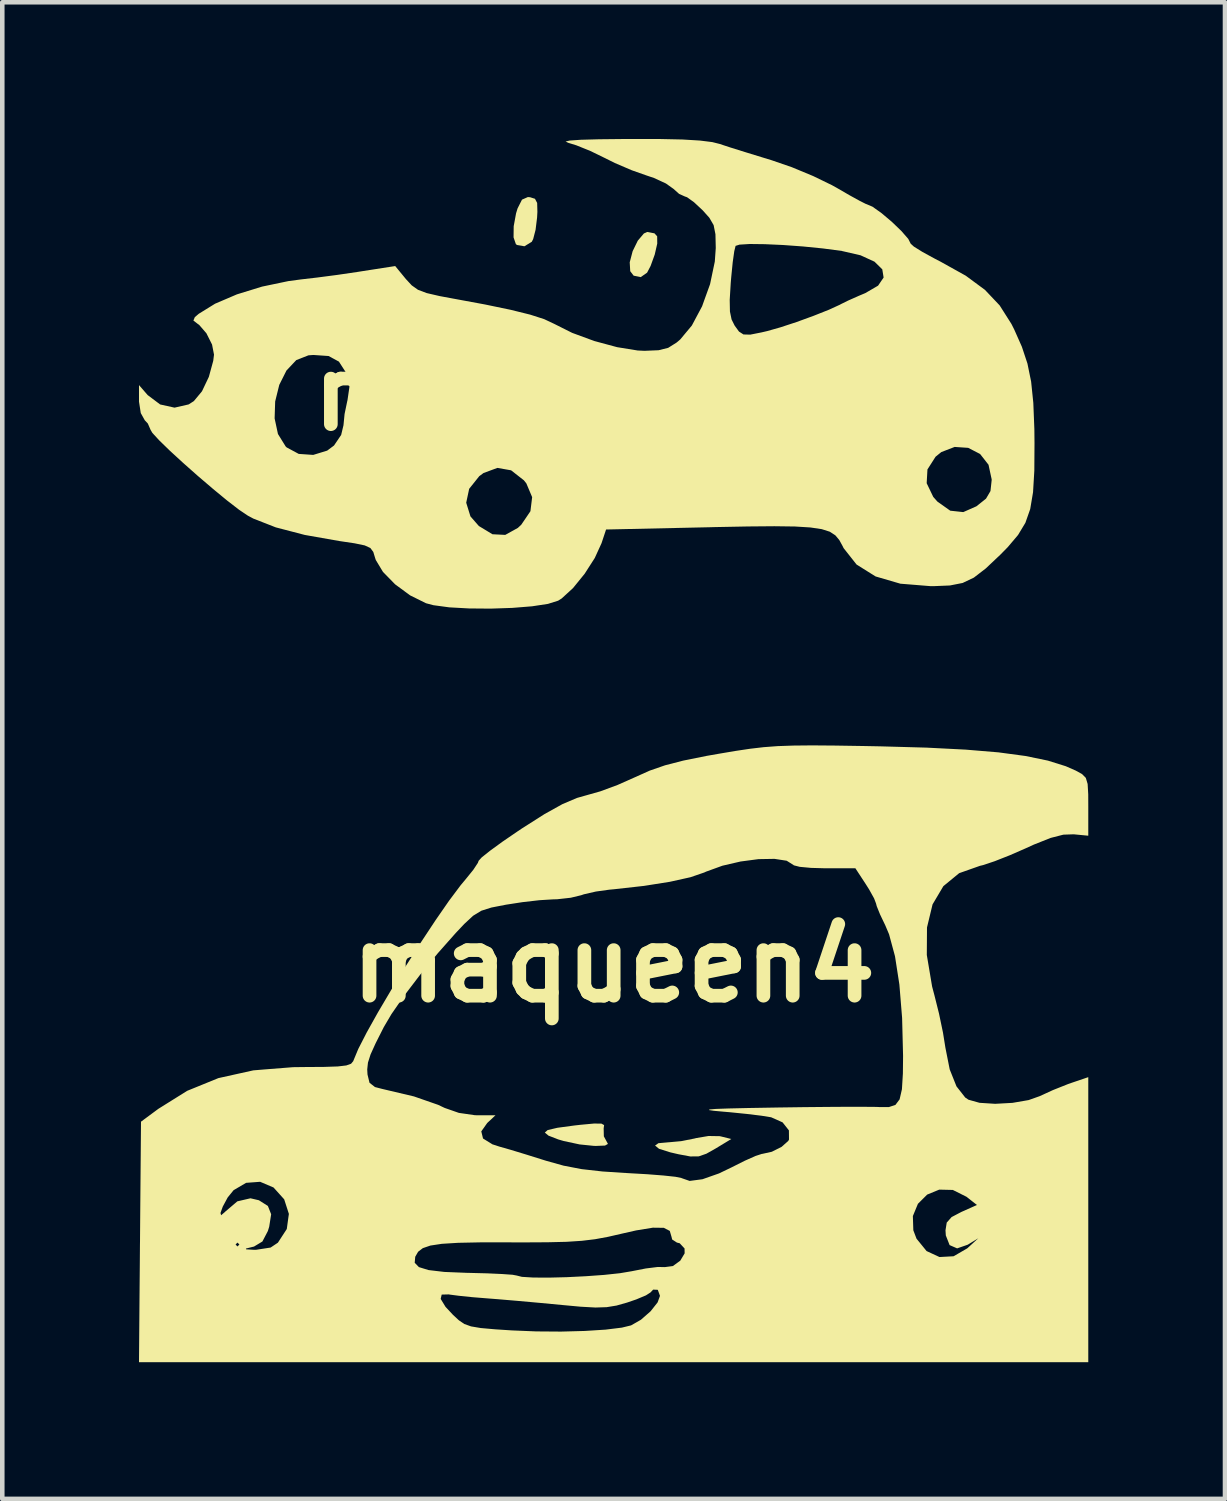
<source format=kicad_pcb>
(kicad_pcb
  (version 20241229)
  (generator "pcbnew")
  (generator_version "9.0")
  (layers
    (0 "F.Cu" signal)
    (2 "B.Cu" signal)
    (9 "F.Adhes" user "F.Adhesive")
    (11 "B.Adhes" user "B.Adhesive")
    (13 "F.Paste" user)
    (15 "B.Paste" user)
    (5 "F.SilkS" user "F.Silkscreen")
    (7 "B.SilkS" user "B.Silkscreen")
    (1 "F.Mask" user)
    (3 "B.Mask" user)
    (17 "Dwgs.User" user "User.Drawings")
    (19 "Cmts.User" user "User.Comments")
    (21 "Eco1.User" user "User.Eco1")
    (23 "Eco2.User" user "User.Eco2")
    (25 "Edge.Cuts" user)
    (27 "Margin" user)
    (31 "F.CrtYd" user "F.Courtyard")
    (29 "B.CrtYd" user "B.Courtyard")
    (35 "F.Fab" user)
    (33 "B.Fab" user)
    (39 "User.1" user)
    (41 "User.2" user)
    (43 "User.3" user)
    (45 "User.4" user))
  (footprint "maqueen4"
    (layer "F.Cu")
    (at 10.416 18.12)
    (property "Reference" "maqueen4" (at 0 0 0) (layer "F.SilkS") (effects (font (size 1.5 1.5) (thickness 0.3))))
    (attr board_only exclude_from_pos_files exclude_from_bom)
    (fp_poly (pts (xy 2.327 3.761) (xy 2.359 3.768) (xy 2.581 3.823) (xy 2.243 4.028) (xy 2.034 4.146) (xy 1.867 4.204) (xy 1.681 4.206) (xy 1.419 4.157) (xy 1.243 4.116) (xy 0.995 4.038) (xy 0.908 3.967) (xy 0.981 3.915) (xy 1.217 3.894) (xy 1.221 3.894) (xy 1.482 3.87) (xy 1.775 3.812) (xy 1.809 3.803) (xy 2.081 3.757)) (stroke (width 0) (type solid)) (fill yes) (layer "F.SilkS"))
    (fp_poly (pts (xy -0.27 3.485) (xy -0.21 3.518) (xy -0.22 3.589) (xy -0.216 3.765) (xy -0.168 3.853) (xy -0.126 3.931) (xy -0.19 3.967) (xy -0.388 3.975) (xy -0.434 3.974) (xy -0.748 3.942) (xy -1.098 3.867) (xy -1.217 3.832) (xy -1.431 3.749) (xy -1.511 3.682) (xy -1.449 3.627) (xy -1.236 3.577) (xy -0.865 3.527) (xy -0.734 3.512) (xy -0.434 3.484)) (stroke (width 0) (type solid)) (fill yes) (layer "F.SilkS"))
    (fp_poly (pts (xy 4.861 -4.81) (xy 5.494 -4.8) (xy 5.85 -4.793) (xy 6.863 -4.765) (xy 7.723 -4.721) (xy 8.443 -4.661) (xy 9.039 -4.581) (xy 9.527 -4.48) (xy 9.92 -4.357) (xy 10.139 -4.261) (xy 10.278 -4.184) (xy 10.36 -4.101) (xy 10.4 -3.967) (xy 10.413 -3.74) (xy 10.414 -3.477) (xy 10.414 -2.832) (xy 10.093 -2.863) (xy 9.867 -2.855) (xy 9.59 -2.784) (xy 9.222 -2.638) (xy 9.049 -2.559) (xy 8.694 -2.404) (xy 8.362 -2.273) (xy 8.108 -2.188) (xy 8.037 -2.171) (xy 7.581 -2.01) (xy 7.234 -1.725) (xy 6.997 -1.325) (xy 6.875 -0.819) (xy 6.871 -0.215) (xy 6.987 0.476) (xy 7.04 0.677) (xy 7.139 1.073) (xy 7.226 1.49) (xy 7.279 1.82) (xy 7.373 2.295) (xy 7.522 2.668) (xy 7.714 2.913) (xy 7.785 2.961) (xy 8.028 3.029) (xy 8.371 3.051) (xy 8.751 3.03) (xy 9.105 2.969) (xy 9.345 2.884) (xy 9.64 2.749) (xy 9.969 2.618) (xy 10.04 2.593) (xy 10.414 2.466) (xy 10.414 5.593) (xy 10.414 8.721) (xy -0.001 8.721) (xy -10.416 8.721) (xy -10.405 7.332) (xy -3.796 7.332) (xy -3.69 7.506) (xy -3.524 7.684) (xy -3.397 7.801) (xy -3.278 7.882) (xy -3.13 7.935) (xy -2.917 7.971) (xy -2.601 7.999) (xy -2.234 8.023) (xy -1.7 8.045) (xy -1.154 8.049) (xy -0.635 8.035) (xy -0.178 8.006) (xy 0.179 7.962) (xy 0.381 7.913) (xy 0.598 7.789) (xy 0.809 7.604) (xy 0.964 7.408) (xy 1.016 7.265) (xy 0.968 7.132) (xy 0.866 7.128) (xy 0.809 7.189) (xy 0.708 7.254) (xy 0.496 7.343) (xy 0.292 7.413) (xy 0.062 7.478) (xy -0.153 7.513) (xy -0.4 7.521) (xy -0.725 7.503) (xy -1.126 7.466) (xy -1.6 7.421) (xy -2.098 7.376) (xy -2.546 7.338) (xy -2.752 7.322) (xy -3.098 7.294) (xy -3.399 7.263) (xy -3.598 7.237) (xy -3.619 7.233) (xy -3.774 7.237) (xy -3.796 7.332) (xy -10.405 7.332) (xy -10.398 6.539) (xy -4.366 6.539) (xy -4.274 6.634) (xy -4.063 6.699) (xy -3.716 6.74) (xy -3.219 6.76) (xy -3.167 6.761) (xy -2.773 6.771) (xy -2.446 6.786) (xy -2.219 6.802) (xy -2.128 6.819) (xy -2.013 6.848) (xy -1.766 6.863) (xy -1.425 6.865) (xy -1.028 6.855) (xy -0.61 6.834) (xy -0.209 6.805) (xy 0.137 6.768) (xy 0.392 6.725) (xy 0.704 6.664) (xy 0.968 6.631) (xy 1.123 6.634) (xy 1.298 6.611) (xy 1.461 6.493) (xy 1.557 6.332) (xy 1.555 6.225) (xy 1.449 6.111) (xy 1.388 6.096) (xy 1.283 6.028) (xy 1.27 5.973) (xy 1.231 5.84) (xy 1.1 5.772) (xy 0.86 5.769) (xy 0.492 5.829) (xy 0.183 5.899) (xy -0.126 5.97) (xy -0.408 6.022) (xy -0.699 6.057) (xy -1.034 6.079) (xy -1.449 6.089) (xy -1.979 6.092) (xy -2.298 6.091) (xy -2.93 6.091) (xy -3.413 6.101) (xy -3.77 6.123) (xy -4.021 6.161) (xy -4.188 6.218) (xy -4.291 6.297) (xy -4.352 6.402) (xy -4.355 6.409) (xy -4.366 6.539) (xy -10.398 6.539) (xy -10.395 6.138) (xy -8.297 6.138) (xy -8.255 6.181) (xy -8.213 6.138) (xy -8.255 6.096) (xy -8.297 6.138) (xy -10.395 6.138) (xy -10.394 6.082) (xy -10.389 5.447) (xy -8.628 5.447) (xy -8.614 5.496) (xy -8.53 5.424) (xy -8.526 5.419) (xy -8.258 5.191) (xy -7.97 5.124) (xy -7.785 5.167) (xy -7.588 5.292) (xy -7.516 5.474) (xy -7.559 5.748) (xy -7.588 5.842) (xy -7.708 6.072) (xy -7.892 6.183) (xy -7.929 6.192) (xy -8.07 6.227) (xy -8.065 6.244) (xy -7.904 6.254) (xy -7.853 6.255) (xy -7.528 6.205) (xy -7.368 6.098) (xy -7.173 5.798) (xy -7.134 5.514) (xy 6.565 5.514) (xy 6.575 5.826) (xy 6.645 6.01) (xy 6.866 6.282) (xy 7.149 6.413) (xy 7.459 6.396) (xy 7.757 6.223) (xy 7.763 6.218) (xy 8.001 6.001) (xy 7.768 6.143) (xy 7.536 6.223) (xy 7.371 6.151) (xy 7.288 5.939) (xy 7.281 5.827) (xy 7.308 5.657) (xy 7.415 5.536) (xy 7.626 5.425) (xy 7.971 5.271) (xy 7.742 5.091) (xy 7.442 4.941) (xy 7.144 4.934) (xy 6.879 5.043) (xy 6.676 5.245) (xy 6.565 5.514) (xy -7.134 5.514) (xy -7.127 5.467) (xy -7.23 5.147) (xy -7.464 4.887) (xy -7.758 4.762) (xy -8.066 4.785) (xy -8.34 4.946) (xy -8.47 5.106) (xy -8.578 5.307) (xy -8.628 5.447) (xy -10.389 5.447) (xy -10.372 3.443) (xy -9.991 3.161) (xy -9.359 2.766) (xy -8.674 2.487) (xy -7.908 2.317) (xy -7.654 2.296) (xy -5.408 2.296) (xy -5.402 2.407) (xy -5.358 2.589) (xy -5.238 2.683) (xy -5.08 2.724) (xy -4.382 2.889) (xy -3.853 3.073) (xy -3.709 3.141) (xy -3.397 3.25) (xy -3.044 3.301) (xy -2.994 3.302) (xy -2.593 3.302) (xy -2.775 3.472) (xy -2.905 3.656) (xy -2.867 3.812) (xy -2.663 3.939) (xy -2.51 3.989) (xy -2.258 4.061) (xy -1.913 4.166) (xy -1.543 4.282) (xy -1.482 4.301) (xy -1.099 4.408) (xy -0.704 4.484) (xy -0.243 4.536) (xy 0.316 4.572) (xy 0.736 4.596) (xy 1.093 4.624) (xy 1.354 4.652) (xy 1.486 4.679) (xy 1.494 4.683) (xy 1.667 4.743) (xy 1.948 4.706) (xy 2.312 4.578) (xy 2.588 4.445) (xy 2.875 4.301) (xy 3.113 4.195) (xy 3.254 4.149) (xy 3.263 4.149) (xy 3.47 4.103) (xy 3.685 3.995) (xy 3.831 3.865) (xy 3.847 3.835) (xy 3.845 3.634) (xy 3.706 3.458) (xy 3.459 3.348) (xy 3.453 3.346) (xy 3.241 3.312) (xy 2.919 3.273) (xy 2.544 3.235) (xy 2.413 3.224) (xy 2.196 3.204) (xy 2.09 3.188) (xy 2.102 3.175) (xy 2.243 3.163) (xy 2.524 3.153) (xy 2.954 3.143) (xy 3.542 3.133) (xy 3.598 3.132) (xy 4.173 3.124) (xy 4.706 3.119) (xy 5.168 3.116) (xy 5.531 3.117) (xy 5.768 3.119) (xy 5.828 3.122) (xy 6.037 3.123) (xy 6.182 3.075) (xy 6.274 2.953) (xy 6.325 2.731) (xy 6.346 2.386) (xy 6.35 2) (xy 6.329 1.168) (xy 6.269 0.433) (xy 6.173 -0.186) (xy 6.043 -0.668) (xy 5.96 -0.864) (xy 5.845 -1.105) (xy 5.772 -1.286) (xy 5.757 -1.344) (xy 5.714 -1.457) (xy 5.605 -1.653) (xy 5.531 -1.77) (xy 5.304 -2.117) (xy 4.647 -2.117) (xy 4.33 -2.126) (xy 4.083 -2.149) (xy 3.953 -2.182) (xy 3.944 -2.19) (xy 3.796 -2.283) (xy 3.528 -2.324) (xy 3.177 -2.318) (xy 2.784 -2.266) (xy 2.387 -2.174) (xy 2.026 -2.043) (xy 1.99 -2.026) (xy 1.684 -1.921) (xy 1.234 -1.821) (xy 0.666 -1.731) (xy 0.004 -1.657) (xy -0.095 -1.648) (xy -0.39 -1.607) (xy -0.652 -1.547) (xy -0.714 -1.526) (xy -0.942 -1.471) (xy -1.238 -1.438) (xy -1.339 -1.435) (xy -1.629 -1.417) (xy -2.002 -1.374) (xy -2.365 -1.318) (xy -2.683 -1.256) (xy -2.904 -1.186) (xy -3.084 -1.076) (xy -3.278 -0.896) (xy -3.466 -0.697) (xy -3.862 -0.25) (xy -4.248 0.22) (xy -4.595 0.676) (xy -4.876 1.082) (xy -5.043 1.365) (xy -5.223 1.721) (xy -5.335 1.968) (xy -5.392 2.147) (xy -5.408 2.296) (xy -7.654 2.296) (xy -7.034 2.247) (xy -6.793 2.244) (xy -6.353 2.241) (xy -6.054 2.231) (xy -5.867 2.209) (xy -5.763 2.172) (xy -5.715 2.115) (xy -5.708 2.096) (xy -5.604 1.846) (xy -5.419 1.485) (xy -5.172 1.043) (xy -4.879 0.547) (xy -4.56 0.026) (xy -4.23 -0.492) (xy -3.908 -0.979) (xy -3.612 -1.406) (xy -3.358 -1.745) (xy -3.242 -1.884) (xy -3.081 -2.083) (xy -2.98 -2.236) (xy -2.963 -2.282) (xy -2.896 -2.356) (xy -2.713 -2.502) (xy -2.44 -2.701) (xy -2.102 -2.932) (xy -2.011 -2.993) (xy -1.517 -3.307) (xy -1.125 -3.525) (xy -0.805 -3.661) (xy -0.6 -3.719) (xy -0.292 -3.806) (xy 0.086 -3.946) (xy 0.453 -4.109) (xy 0.471 -4.117) (xy 0.79 -4.26) (xy 1.127 -4.377) (xy 1.526 -4.48) (xy 2.031 -4.582) (xy 2.299 -4.629) (xy 2.671 -4.692) (xy 2.992 -4.74) (xy 3.291 -4.775) (xy 3.598 -4.798) (xy 3.942 -4.81) (xy 4.354 -4.814)) (stroke (width 0) (type solid)) (fill yes) (layer "F.SilkS")))
  (footprint "maqueen3"
    (layer "F.Cu")
    (at 9.567 5.579)
    (property "Reference" "maqueen3" (at 0 0 0) (layer "F.SilkS") (effects (font (size 1.5 1.5) (thickness 0.3))))
    (attr board_only exclude_from_pos_files exclude_from_bom)
    (fp_poly (pts (xy 1.744 -3.509) (xy 1.803 -3.444) (xy 1.805 -3.284) (xy 1.75 -3.044) (xy 1.659 -2.793) (xy 1.582 -2.646) (xy 1.442 -2.548) (xy 1.287 -2.58) (xy 1.212 -2.678) (xy 1.201 -2.873) (xy 1.265 -3.117) (xy 1.378 -3.348) (xy 1.512 -3.506) (xy 1.584 -3.539)) (stroke (width 0) (type solid)) (fill yes) (layer "F.SilkS"))
    (fp_poly (pts (xy -0.985 -4.301) (xy -0.878 -4.267) (xy -0.83 -4.175) (xy -0.825 -3.979) (xy -0.832 -3.853) (xy -0.865 -3.586) (xy -0.918 -3.382) (xy -0.948 -3.324) (xy -1.109 -3.225) (xy -1.273 -3.253) (xy -1.298 -3.274) (xy -1.348 -3.42) (xy -1.345 -3.665) (xy -1.293 -3.948) (xy -1.26 -4.056) (xy -1.163 -4.248) (xy -1.034 -4.305)) (stroke (width 0) (type solid)) (fill yes) (layer "F.SilkS"))
    (fp_poly (pts (xy 1.845 -5.579) (xy 2.358 -5.568) (xy 2.741 -5.545) (xy 3.013 -5.511) (xy 3.172 -5.471) (xy 3.406 -5.394) (xy 3.745 -5.288) (xy 4.132 -5.169) (xy 4.318 -5.112) (xy 4.759 -4.96) (xy 5.226 -4.766) (xy 5.636 -4.567) (xy 5.739 -4.51) (xy 6.024 -4.345) (xy 6.251 -4.22) (xy 6.382 -4.154) (xy 6.398 -4.149) (xy 6.529 -4.093) (xy 6.727 -3.952) (xy 6.952 -3.762) (xy 7.161 -3.561) (xy 7.313 -3.387) (xy 7.366 -3.282) (xy 7.436 -3.218) (xy 7.624 -3.101) (xy 7.895 -2.953) (xy 8.022 -2.887) (xy 8.575 -2.579) (xy 8.995 -2.269) (xy 9.318 -1.928) (xy 9.576 -1.522) (xy 9.637 -1.401) (xy 9.806 -1.02) (xy 9.928 -0.652) (xy 10.009 -0.255) (xy 10.057 0.212) (xy 10.08 0.788) (xy 10.083 1.095) (xy 10.079 1.701) (xy 10.051 2.172) (xy 9.989 2.541) (xy 9.883 2.843) (xy 9.722 3.11) (xy 9.497 3.376) (xy 9.337 3.539) (xy 9.013 3.845) (xy 8.752 4.046) (xy 8.506 4.163) (xy 8.227 4.218) (xy 7.867 4.233) (xy 7.805 4.233) (xy 7.14 4.179) (xy 6.596 4.02) (xy 6.179 3.759) (xy 5.894 3.398) (xy 5.871 3.351) (xy 5.799 3.22) (xy 5.712 3.117) (xy 5.59 3.038) (xy 5.414 2.982) (xy 5.165 2.945) (xy 4.825 2.924) (xy 4.375 2.918) (xy 3.795 2.923) (xy 3.068 2.937) (xy 2.96 2.94) (xy 0.682 2.99) (xy 0.583 3.289) (xy 0.434 3.615) (xy 0.212 3.961) (xy -0.043 4.275) (xy -0.292 4.503) (xy -0.37 4.552) (xy -0.593 4.622) (xy -0.942 4.675) (xy -1.376 4.71) (xy -1.851 4.726) (xy -2.326 4.722) (xy -2.758 4.698) (xy -3.106 4.651) (xy -3.269 4.608) (xy -3.618 4.435) (xy -3.947 4.193) (xy -4.213 3.921) (xy -4.371 3.659) (xy -4.386 3.614) (xy -4.426 3.482) (xy -4.49 3.396) (xy -4.614 3.339) (xy -4.835 3.293) (xy -5.17 3.243) (xy -5.93 3.109) (xy -6.566 2.943) (xy -7.059 2.75) (xy -7.18 2.685) (xy -7.372 2.556) (xy -7.571 2.402) (xy -2.387 2.402) (xy -2.294 2.702) (xy -2.11 2.913) (xy -1.811 3.094) (xy -1.53 3.108) (xy -1.254 2.955) (xy -1.179 2.885) (xy -0.978 2.589) (xy -0.94 2.28) (xy -1.067 1.979) (xy -1.071 1.974) (xy 7.717 1.974) (xy 7.861 2.274) (xy 7.952 2.377) (xy 8.234 2.577) (xy 8.52 2.608) (xy 8.808 2.481) (xy 9.019 2.313) (xy 9.117 2.146) (xy 9.143 1.907) (xy 9.143 1.889) (xy 9.074 1.569) (xy 8.889 1.333) (xy 8.628 1.198) (xy 8.331 1.178) (xy 8.038 1.291) (xy 7.912 1.393) (xy 7.734 1.672) (xy 7.717 1.974) (xy -1.071 1.974) (xy -1.122 1.91) (xy -1.402 1.691) (xy -1.703 1.638) (xy -2.008 1.751) (xy -2.101 1.82) (xy -2.322 2.097) (xy -2.387 2.402) (xy -7.571 2.402) (xy -7.636 2.352) (xy -7.945 2.097) (xy -8.275 1.815) (xy -8.599 1.528) (xy -8.891 1.26) (xy -9.124 1.033) (xy -9.273 0.871) (xy -9.313 0.803) (xy -9.373 0.665) (xy -9.44 0.593) (xy -9.463 0.552) (xy -6.591 0.552) (xy -6.518 0.894) (xy -6.349 1.167) (xy -6.326 1.189) (xy -6.062 1.331) (xy -5.744 1.353) (xy -5.438 1.259) (xy -5.288 1.147) (xy -5.131 0.915) (xy -5.08 0.702) (xy -5.056 0.456) (xy -4.998 0.176) (xy -4.992 0.152) (xy -4.949 -0.143) (xy -5.015 -0.424) (xy -5.029 -0.459) (xy -5.18 -0.694) (xy -5.407 -0.817) (xy -5.741 -0.84) (xy -5.849 -0.832) (xy -6.115 -0.728) (xy -6.331 -0.499) (xy -6.489 -0.184) (xy -6.579 0.18) (xy -6.591 0.552) (xy -9.463 0.552) (xy -9.528 0.435) (xy -9.567 0.184) (xy -9.567 0.154) (xy -9.567 -0.179) (xy -9.377 0.04) (xy -9.103 0.246) (xy -8.787 0.316) (xy -8.477 0.245) (xy -8.363 0.172) (xy -8.185 -0.043) (xy -8.034 -0.36) (xy -7.938 -0.711) (xy -7.921 -0.847) (xy -7.964 -1.069) (xy -8.088 -1.316) (xy -8.247 -1.5) (xy -8.276 -1.52) (xy -8.373 -1.595) (xy -8.342 -1.67) (xy -8.255 -1.744) (xy -7.897 -1.965) (xy -7.418 -2.17) (xy -6.866 -2.34) (xy -6.288 -2.461) (xy -6.011 -2.498) (xy -5.658 -2.539) (xy -5.222 -2.596) (xy -4.785 -2.66) (xy -4.703 -2.673) (xy -3.945 -2.791) (xy -3.71 -2.505) (xy -3.582 -2.367) (xy -3.445 -2.27) (xy -3.254 -2.198) (xy -2.969 -2.132) (xy -2.689 -2.08) (xy -1.975 -1.948) (xy -1.412 -1.831) (xy -0.984 -1.725) (xy -0.676 -1.626) (xy -0.47 -1.529) (xy -0.467 -1.528) (xy -0.062 -1.325) (xy 0.424 -1.146) (xy 0.925 -1.011) (xy 1.376 -0.938) (xy 1.526 -0.931) (xy 1.834 -0.944) (xy 2.044 -0.996) (xy 2.226 -1.11) (xy 2.31 -1.181) (xy 2.564 -1.486) (xy 2.789 -1.908) (xy 2.839 -2.048) (xy 3.395 -2.048) (xy 3.4 -1.793) (xy 3.436 -1.619) (xy 3.503 -1.485) (xy 3.599 -1.353) (xy 3.697 -1.29) (xy 3.845 -1.286) (xy 4.092 -1.335) (xy 4.217 -1.364) (xy 4.503 -1.445) (xy 4.863 -1.563) (xy 5.238 -1.7) (xy 5.573 -1.833) (xy 5.811 -1.942) (xy 5.836 -1.956) (xy 5.99 -2.032) (xy 6.231 -2.139) (xy 6.371 -2.198) (xy 6.651 -2.361) (xy 6.772 -2.539) (xy 6.743 -2.719) (xy 6.572 -2.887) (xy 6.266 -3.027) (xy 5.854 -3.122) (xy 5.443 -3.177) (xy 5.003 -3.221) (xy 4.565 -3.253) (xy 4.165 -3.271) (xy 3.835 -3.275) (xy 3.61 -3.261) (xy 3.524 -3.234) (xy 3.495 -3.117) (xy 3.461 -2.876) (xy 3.429 -2.555) (xy 3.418 -2.427) (xy 3.395 -2.048) (xy 2.839 -2.048) (xy 2.964 -2.394) (xy 3.068 -2.89) (xy 3.089 -3.186) (xy 3.082 -3.489) (xy 3.042 -3.689) (xy 2.948 -3.851) (xy 2.799 -4.017) (xy 2.611 -4.192) (xy 2.459 -4.301) (xy 2.41 -4.318) (xy 2.284 -4.375) (xy 2.162 -4.484) (xy 1.995 -4.603) (xy 1.735 -4.723) (xy 1.572 -4.778) (xy 1.246 -4.893) (xy 0.875 -5.052) (xy 0.65 -5.164) (xy 0.338 -5.316) (xy 0.031 -5.44) (xy -0.15 -5.496) (xy -0.206 -5.524) (xy -0.116 -5.545) (xy 0.126 -5.562) (xy 0.527 -5.573) (xy 1.09 -5.579) (xy 1.183 -5.579)) (stroke (width 0) (type solid)) (fill yes) (layer "F.SilkS")))
  (gr_rect
    (start -3 -3)
    (end 23.83 29.84)
    (stroke (width 0.1) (type default))
    (fill no)
    (layer "Edge.Cuts")))
</source>
